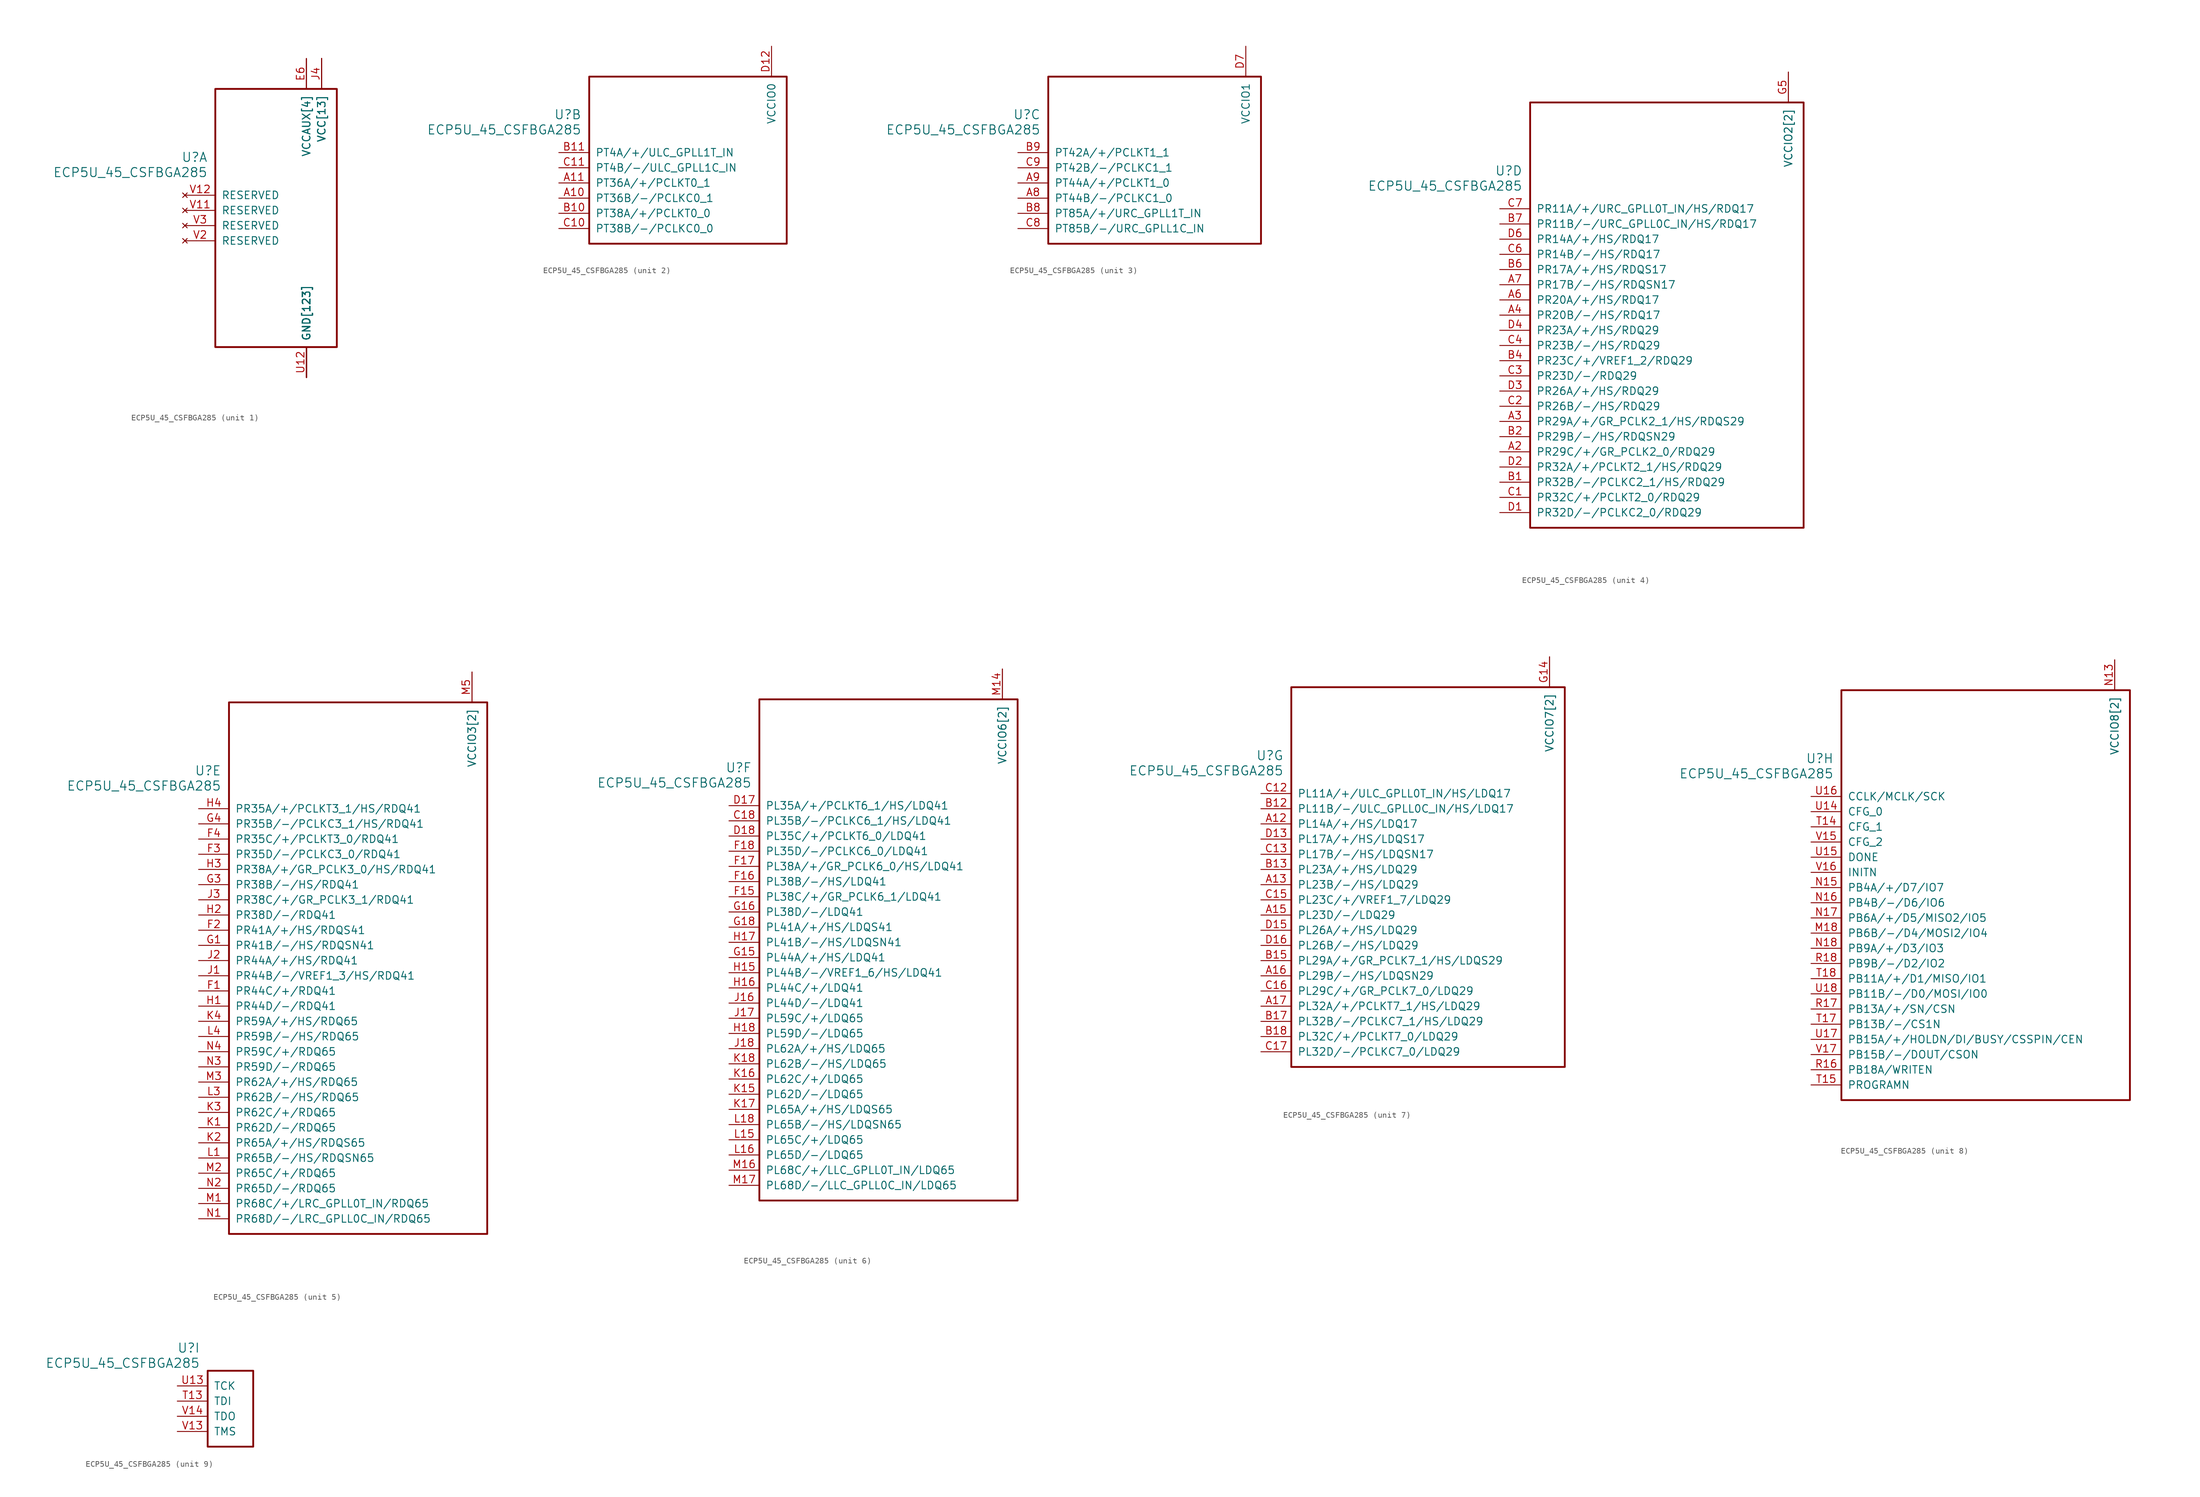
<source format=kicad_sym>
(kicad_symbol_lib
  (version 20231120)
  (generator "kicad_symbol_editor")
  (generator_version "8.0")
  (symbol "ECP5U_45_CSFBGA285"
    (pin_names
      (offset 1.016))
    (property "Reference" "U"
      (at 3.81 6.35 0)
      (effects (font (size 1.524 1.524)) (justify right)))
    (property "Value" "ECP5U_45_CSFBGA285"
      (at 3.81 3.81 0)
      (effects (font (size 1.524 1.524)) (justify right)))
    (property "ki_locked" ""
      (at 0 0 0)
      (effects (font (size 1.27 1.27))))
    (symbol "ECP5U_45_CSFBGA285_1_1"
      (rectangle (start 5.08 17.78) (end 25.4 -25.4) (stroke (width 0.305) (type default)) (fill (type none)))
      (pin power_in line (at 20.32 -30.48 90) (length 5.08) (name "GND[123]" (effects (font (size 1.27 1.27)))) (number "B16" (effects (font (size 0 0)))))
      (pin power_in line (at 20.32 -30.48 90) (length 5.08) (name "GND[123]" (effects (font (size 1.27 1.27)))) (number "B3" (effects (font (size 0 0)))))
      (pin power_in line (at 22.86 22.86 270) (length 5.08) (name "VCC[13]" (effects (font (size 1.27 1.27)))) (number "D10" (effects (font (size 0 0)))))
      (pin power_in line (at 22.86 22.86 270) (length 5.08) (name "VCC[13]" (effects (font (size 1.27 1.27)))) (number "D11" (effects (font (size 0 0)))))
      (pin power_in line (at 22.86 22.86 270) (length 5.08) (name "VCC[13]" (effects (font (size 1.27 1.27)))) (number "D8" (effects (font (size 0 0)))))
      (pin power_in line (at 22.86 22.86 270) (length 5.08) (name "VCC[13]" (effects (font (size 1.27 1.27)))) (number "D9" (effects (font (size 0 0)))))
      (pin power_in line (at 20.32 -30.48 90) (length 5.08) (name "GND[123]" (effects (font (size 1.27 1.27)))) (number "E10" (effects (font (size 0 0)))))
      (pin power_in line (at 20.32 -30.48 90) (length 5.08) (name "GND[123]" (effects (font (size 1.27 1.27)))) (number "E11" (effects (font (size 0 0)))))
      (pin power_in line (at 20.32 -30.48 90) (length 5.08) (name "GND[123]" (effects (font (size 1.27 1.27)))) (number "E12" (effects (font (size 0 0)))))
      (pin power_in line (at 20.32 22.86 270) (length 5.08) (name "VCCAUX[4]" (effects (font (size 1.27 1.27)))) (number "E13" (effects (font (size 0 0)))))
      (pin power_in line (at 20.32 -30.48 90) (length 5.08) (name "GND[123]" (effects (font (size 1.27 1.27)))) (number "E14" (effects (font (size 0 0)))))
      (pin power_in line (at 20.32 -30.48 90) (length 5.08) (name "GND[123]" (effects (font (size 1.27 1.27)))) (number "E5" (effects (font (size 0 0)))))
      (pin power_in line (at 20.32 22.86 270) (length 5.08) (name "VCCAUX[4]" (effects (font (size 1.27 1.27)))) (number "E6" (effects (font (size 1.27 1.27)))))
      (pin power_in line (at 20.32 -30.48 90) (length 5.08) (name "GND[123]" (effects (font (size 1.27 1.27)))) (number "E7" (effects (font (size 0 0)))))
      (pin power_in line (at 20.32 -30.48 90) (length 5.08) (name "GND[123]" (effects (font (size 1.27 1.27)))) (number "E8" (effects (font (size 0 0)))))
      (pin power_in line (at 20.32 -30.48 90) (length 5.08) (name "GND[123]" (effects (font (size 1.27 1.27)))) (number "E9" (effects (font (size 0 0)))))
      (pin power_in line (at 20.32 -30.48 90) (length 5.08) (name "GND[123]" (effects (font (size 1.27 1.27)))) (number "F10" (effects (font (size 0 0)))))
      (pin power_in line (at 20.32 -30.48 90) (length 5.08) (name "GND[123]" (effects (font (size 1.27 1.27)))) (number "F11" (effects (font (size 0 0)))))
      (pin power_in line (at 20.32 -30.48 90) (length 5.08) (name "GND[123]" (effects (font (size 1.27 1.27)))) (number "F12" (effects (font (size 0 0)))))
      (pin power_in line (at 20.32 -30.48 90) (length 5.08) (name "GND[123]" (effects (font (size 1.27 1.27)))) (number "F13" (effects (font (size 0 0)))))
      (pin power_in line (at 20.32 -30.48 90) (length 5.08) (name "GND[123]" (effects (font (size 1.27 1.27)))) (number "F14" (effects (font (size 0 0)))))
      (pin power_in line (at 20.32 -30.48 90) (length 5.08) (name "GND[123]" (effects (font (size 1.27 1.27)))) (number "F5" (effects (font (size 0 0)))))
      (pin power_in line (at 20.32 -30.48 90) (length 5.08) (name "GND[123]" (effects (font (size 1.27 1.27)))) (number "F6" (effects (font (size 0 0)))))
      (pin power_in line (at 20.32 -30.48 90) (length 5.08) (name "GND[123]" (effects (font (size 1.27 1.27)))) (number "F7" (effects (font (size 0 0)))))
      (pin power_in line (at 20.32 -30.48 90) (length 5.08) (name "GND[123]" (effects (font (size 1.27 1.27)))) (number "F8" (effects (font (size 0 0)))))
      (pin power_in line (at 20.32 -30.48 90) (length 5.08) (name "GND[123]" (effects (font (size 1.27 1.27)))) (number "F9" (effects (font (size 0 0)))))
      (pin power_in line (at 20.32 -30.48 90) (length 5.08) (name "GND[123]" (effects (font (size 1.27 1.27)))) (number "G10" (effects (font (size 0 0)))))
      (pin power_in line (at 20.32 -30.48 90) (length 5.08) (name "GND[123]" (effects (font (size 1.27 1.27)))) (number "G11" (effects (font (size 0 0)))))
      (pin power_in line (at 20.32 -30.48 90) (length 5.08) (name "GND[123]" (effects (font (size 1.27 1.27)))) (number "G12" (effects (font (size 0 0)))))
      (pin power_in line (at 20.32 -30.48 90) (length 5.08) (name "GND[123]" (effects (font (size 1.27 1.27)))) (number "G13" (effects (font (size 0 0)))))
      (pin power_in line (at 20.32 -30.48 90) (length 5.08) (name "GND[123]" (effects (font (size 1.27 1.27)))) (number "G17" (effects (font (size 0 0)))))
      (pin power_in line (at 20.32 -30.48 90) (length 5.08) (name "GND[123]" (effects (font (size 1.27 1.27)))) (number "G2" (effects (font (size 0 0)))))
      (pin power_in line (at 20.32 -30.48 90) (length 5.08) (name "GND[123]" (effects (font (size 1.27 1.27)))) (number "G6" (effects (font (size 0 0)))))
      (pin power_in line (at 20.32 -30.48 90) (length 5.08) (name "GND[123]" (effects (font (size 1.27 1.27)))) (number "G7" (effects (font (size 0 0)))))
      (pin power_in line (at 20.32 -30.48 90) (length 5.08) (name "GND[123]" (effects (font (size 1.27 1.27)))) (number "G8" (effects (font (size 0 0)))))
      (pin power_in line (at 20.32 -30.48 90) (length 5.08) (name "GND[123]" (effects (font (size 1.27 1.27)))) (number "G9" (effects (font (size 0 0)))))
      (pin power_in line (at 20.32 -30.48 90) (length 5.08) (name "GND[123]" (effects (font (size 1.27 1.27)))) (number "H10" (effects (font (size 0 0)))))
      (pin power_in line (at 20.32 -30.48 90) (length 5.08) (name "GND[123]" (effects (font (size 1.27 1.27)))) (number "H11" (effects (font (size 0 0)))))
      (pin power_in line (at 20.32 -30.48 90) (length 5.08) (name "GND[123]" (effects (font (size 1.27 1.27)))) (number "H12" (effects (font (size 0 0)))))
      (pin power_in line (at 20.32 -30.48 90) (length 5.08) (name "GND[123]" (effects (font (size 1.27 1.27)))) (number "H13" (effects (font (size 0 0)))))
      (pin power_in line (at 20.32 -30.48 90) (length 5.08) (name "GND[123]" (effects (font (size 1.27 1.27)))) (number "H6" (effects (font (size 0 0)))))
      (pin power_in line (at 20.32 -30.48 90) (length 5.08) (name "GND[123]" (effects (font (size 1.27 1.27)))) (number "H7" (effects (font (size 0 0)))))
      (pin power_in line (at 20.32 -30.48 90) (length 5.08) (name "GND[123]" (effects (font (size 1.27 1.27)))) (number "H8" (effects (font (size 0 0)))))
      (pin power_in line (at 20.32 -30.48 90) (length 5.08) (name "GND[123]" (effects (font (size 1.27 1.27)))) (number "H9" (effects (font (size 0 0)))))
      (pin power_in line (at 20.32 -30.48 90) (length 5.08) (name "GND[123]" (effects (font (size 1.27 1.27)))) (number "J10" (effects (font (size 0 0)))))
      (pin power_in line (at 20.32 -30.48 90) (length 5.08) (name "GND[123]" (effects (font (size 1.27 1.27)))) (number "J11" (effects (font (size 0 0)))))
      (pin power_in line (at 20.32 -30.48 90) (length 5.08) (name "GND[123]" (effects (font (size 1.27 1.27)))) (number "J12" (effects (font (size 0 0)))))
      (pin power_in line (at 20.32 -30.48 90) (length 5.08) (name "GND[123]" (effects (font (size 1.27 1.27)))) (number "J13" (effects (font (size 0 0)))))
      (pin power_in line (at 22.86 22.86 270) (length 5.08) (name "VCC[13]" (effects (font (size 1.27 1.27)))) (number "J14" (effects (font (size 0 0)))))
      (pin power_in line (at 22.86 22.86 270) (length 5.08) (name "VCC[13]" (effects (font (size 1.27 1.27)))) (number "J15" (effects (font (size 0 0)))))
      (pin power_in line (at 22.86 22.86 270) (length 5.08) (name "VCC[13]" (effects (font (size 1.27 1.27)))) (number "J4" (effects (font (size 1.27 1.27)))))
      (pin power_in line (at 22.86 22.86 270) (length 5.08) (name "VCC[13]" (effects (font (size 1.27 1.27)))) (number "J5" (effects (font (size 0 0)))))
      (pin power_in line (at 20.32 -30.48 90) (length 5.08) (name "GND[123]" (effects (font (size 1.27 1.27)))) (number "J6" (effects (font (size 0 0)))))
      (pin power_in line (at 20.32 -30.48 90) (length 5.08) (name "GND[123]" (effects (font (size 1.27 1.27)))) (number "J7" (effects (font (size 0 0)))))
      (pin power_in line (at 20.32 -30.48 90) (length 5.08) (name "GND[123]" (effects (font (size 1.27 1.27)))) (number "J8" (effects (font (size 0 0)))))
      (pin power_in line (at 20.32 -30.48 90) (length 5.08) (name "GND[123]" (effects (font (size 1.27 1.27)))) (number "J9" (effects (font (size 0 0)))))
      (pin power_in line (at 20.32 -30.48 90) (length 5.08) (name "GND[123]" (effects (font (size 1.27 1.27)))) (number "K10" (effects (font (size 0 0)))))
      (pin power_in line (at 20.32 -30.48 90) (length 5.08) (name "GND[123]" (effects (font (size 1.27 1.27)))) (number "K11" (effects (font (size 0 0)))))
      (pin power_in line (at 20.32 -30.48 90) (length 5.08) (name "GND[123]" (effects (font (size 1.27 1.27)))) (number "K12" (effects (font (size 0 0)))))
      (pin power_in line (at 20.32 -30.48 90) (length 5.08) (name "GND[123]" (effects (font (size 1.27 1.27)))) (number "K13" (effects (font (size 0 0)))))
      (pin power_in line (at 20.32 -30.48 90) (length 5.08) (name "GND[123]" (effects (font (size 1.27 1.27)))) (number "K14" (effects (font (size 0 0)))))
      (pin power_in line (at 20.32 -30.48 90) (length 5.08) (name "GND[123]" (effects (font (size 1.27 1.27)))) (number "K5" (effects (font (size 0 0)))))
      (pin power_in line (at 20.32 -30.48 90) (length 5.08) (name "GND[123]" (effects (font (size 1.27 1.27)))) (number "K6" (effects (font (size 0 0)))))
      (pin power_in line (at 20.32 -30.48 90) (length 5.08) (name "GND[123]" (effects (font (size 1.27 1.27)))) (number "K7" (effects (font (size 0 0)))))
      (pin power_in line (at 20.32 -30.48 90) (length 5.08) (name "GND[123]" (effects (font (size 1.27 1.27)))) (number "K8" (effects (font (size 0 0)))))
      (pin power_in line (at 20.32 -30.48 90) (length 5.08) (name "GND[123]" (effects (font (size 1.27 1.27)))) (number "K9" (effects (font (size 0 0)))))
      (pin power_in line (at 20.32 -30.48 90) (length 5.08) (name "GND[123]" (effects (font (size 1.27 1.27)))) (number "L10" (effects (font (size 0 0)))))
      (pin power_in line (at 20.32 -30.48 90) (length 5.08) (name "GND[123]" (effects (font (size 1.27 1.27)))) (number "L11" (effects (font (size 0 0)))))
      (pin power_in line (at 20.32 -30.48 90) (length 5.08) (name "GND[123]" (effects (font (size 1.27 1.27)))) (number "L12" (effects (font (size 0 0)))))
      (pin power_in line (at 20.32 -30.48 90) (length 5.08) (name "GND[123]" (effects (font (size 1.27 1.27)))) (number "L13" (effects (font (size 0 0)))))
      (pin power_in line (at 20.32 -30.48 90) (length 5.08) (name "GND[123]" (effects (font (size 1.27 1.27)))) (number "L14" (effects (font (size 0 0)))))
      (pin power_in line (at 20.32 -30.48 90) (length 5.08) (name "GND[123]" (effects (font (size 1.27 1.27)))) (number "L17" (effects (font (size 0 0)))))
      (pin power_in line (at 20.32 -30.48 90) (length 5.08) (name "GND[123]" (effects (font (size 1.27 1.27)))) (number "L2" (effects (font (size 0 0)))))
      (pin power_in line (at 20.32 -30.48 90) (length 5.08) (name "GND[123]" (effects (font (size 1.27 1.27)))) (number "L5" (effects (font (size 0 0)))))
      (pin power_in line (at 20.32 -30.48 90) (length 5.08) (name "GND[123]" (effects (font (size 1.27 1.27)))) (number "L6" (effects (font (size 0 0)))))
      (pin power_in line (at 20.32 -30.48 90) (length 5.08) (name "GND[123]" (effects (font (size 1.27 1.27)))) (number "L7" (effects (font (size 0 0)))))
      (pin power_in line (at 20.32 -30.48 90) (length 5.08) (name "GND[123]" (effects (font (size 1.27 1.27)))) (number "L8" (effects (font (size 0 0)))))
      (pin power_in line (at 20.32 -30.48 90) (length 5.08) (name "GND[123]" (effects (font (size 1.27 1.27)))) (number "L9" (effects (font (size 0 0)))))
      (pin power_in line (at 20.32 -30.48 90) (length 5.08) (name "GND[123]" (effects (font (size 1.27 1.27)))) (number "M10" (effects (font (size 0 0)))))
      (pin power_in line (at 20.32 -30.48 90) (length 5.08) (name "GND[123]" (effects (font (size 1.27 1.27)))) (number "M11" (effects (font (size 0 0)))))
      (pin power_in line (at 20.32 -30.48 90) (length 5.08) (name "GND[123]" (effects (font (size 1.27 1.27)))) (number "M12" (effects (font (size 0 0)))))
      (pin power_in line (at 20.32 -30.48 90) (length 5.08) (name "GND[123]" (effects (font (size 1.27 1.27)))) (number "M13" (effects (font (size 0 0)))))
      (pin power_in line (at 22.86 22.86 270) (length 5.08) (name "VCC[13]" (effects (font (size 1.27 1.27)))) (number "M15" (effects (font (size 0 0)))))
      (pin power_in line (at 22.86 22.86 270) (length 5.08) (name "VCC[13]" (effects (font (size 1.27 1.27)))) (number "M4" (effects (font (size 0 0)))))
      (pin power_in line (at 20.32 -30.48 90) (length 5.08) (name "GND[123]" (effects (font (size 1.27 1.27)))) (number "M6" (effects (font (size 0 0)))))
      (pin power_in line (at 20.32 -30.48 90) (length 5.08) (name "GND[123]" (effects (font (size 1.27 1.27)))) (number "M7" (effects (font (size 0 0)))))
      (pin power_in line (at 20.32 -30.48 90) (length 5.08) (name "GND[123]" (effects (font (size 1.27 1.27)))) (number "M8" (effects (font (size 0 0)))))
      (pin power_in line (at 20.32 -30.48 90) (length 5.08) (name "GND[123]" (effects (font (size 1.27 1.27)))) (number "M9" (effects (font (size 0 0)))))
      (pin power_in line (at 20.32 -30.48 90) (length 5.08) (name "GND[123]" (effects (font (size 1.27 1.27)))) (number "N10" (effects (font (size 0 0)))))
      (pin power_in line (at 20.32 -30.48 90) (length 5.08) (name "GND[123]" (effects (font (size 1.27 1.27)))) (number "N11" (effects (font (size 0 0)))))
      (pin power_in line (at 20.32 -30.48 90) (length 5.08) (name "GND[123]" (effects (font (size 1.27 1.27)))) (number "N12" (effects (font (size 0 0)))))
      (pin power_in line (at 20.32 22.86 270) (length 5.08) (name "VCCAUX[4]" (effects (font (size 1.27 1.27)))) (number "N6" (effects (font (size 0 0)))))
      (pin power_in line (at 20.32 -30.48 90) (length 5.08) (name "GND[123]" (effects (font (size 1.27 1.27)))) (number "N7" (effects (font (size 0 0)))))
      (pin power_in line (at 20.32 -30.48 90) (length 5.08) (name "GND[123]" (effects (font (size 1.27 1.27)))) (number "N8" (effects (font (size 0 0)))))
      (pin power_in line (at 20.32 -30.48 90) (length 5.08) (name "GND[123]" (effects (font (size 1.27 1.27)))) (number "N9" (effects (font (size 0 0)))))
      (pin power_in line (at 20.32 -30.48 90) (length 5.08) (name "GND[123]" (effects (font (size 1.27 1.27)))) (number "P10" (effects (font (size 0 0)))))
      (pin power_in line (at 22.86 22.86 270) (length 5.08) (name "VCC[13]" (effects (font (size 1.27 1.27)))) (number "P11" (effects (font (size 0 0)))))
      (pin power_in line (at 20.32 -30.48 90) (length 5.08) (name "GND[123]" (effects (font (size 1.27 1.27)))) (number "P12" (effects (font (size 0 0)))))
      (pin power_in line (at 20.32 22.86 270) (length 5.08) (name "VCCAUX[4]" (effects (font (size 1.27 1.27)))) (number "P13" (effects (font (size 0 0)))))
      (pin power_in line (at 20.32 -30.48 90) (length 5.08) (name "GND[123]" (effects (font (size 1.27 1.27)))) (number "P5" (effects (font (size 0 0)))))
      (pin power_in line (at 20.32 -30.48 90) (length 5.08) (name "GND[123]" (effects (font (size 1.27 1.27)))) (number "P6" (effects (font (size 0 0)))))
      (pin power_in line (at 22.86 22.86 270) (length 5.08) (name "VCC[13]" (effects (font (size 1.27 1.27)))) (number "P7" (effects (font (size 0 0)))))
      (pin power_in line (at 20.32 -30.48 90) (length 5.08) (name "GND[123]" (effects (font (size 1.27 1.27)))) (number "P8" (effects (font (size 0 0)))))
      (pin power_in line (at 22.86 22.86 270) (length 5.08) (name "VCC[13]" (effects (font (size 1.27 1.27)))) (number "P9" (effects (font (size 0 0)))))
      (pin power_in line (at 20.32 -30.48 90) (length 5.08) (name "GND[123]" (effects (font (size 1.27 1.27)))) (number "R1" (effects (font (size 0 0)))))
      (pin power_in line (at 20.32 -30.48 90) (length 5.08) (name "GND[123]" (effects (font (size 1.27 1.27)))) (number "R10" (effects (font (size 0 0)))))
      (pin power_in line (at 20.32 -30.48 90) (length 5.08) (name "GND[123]" (effects (font (size 1.27 1.27)))) (number "R2" (effects (font (size 0 0)))))
      (pin power_in line (at 20.32 -30.48 90) (length 5.08) (name "GND[123]" (effects (font (size 1.27 1.27)))) (number "R3" (effects (font (size 0 0)))))
      (pin power_in line (at 20.32 -30.48 90) (length 5.08) (name "GND[123]" (effects (font (size 1.27 1.27)))) (number "T1" (effects (font (size 0 0)))))
      (pin power_in line (at 20.32 -30.48 90) (length 5.08) (name "GND[123]" (effects (font (size 1.27 1.27)))) (number "T10" (effects (font (size 0 0)))))
      (pin power_in line (at 20.32 -30.48 90) (length 5.08) (name "GND[123]" (effects (font (size 1.27 1.27)))) (number "T11" (effects (font (size 0 0)))))
      (pin power_in line (at 20.32 -30.48 90) (length 5.08) (name "GND[123]" (effects (font (size 1.27 1.27)))) (number "T12" (effects (font (size 0 0)))))
      (pin power_in line (at 20.32 -30.48 90) (length 5.08) (name "GND[123]" (effects (font (size 1.27 1.27)))) (number "T16" (effects (font (size 0 0)))))
      (pin power_in line (at 20.32 -30.48 90) (length 5.08) (name "GND[123]" (effects (font (size 1.27 1.27)))) (number "T2" (effects (font (size 0 0)))))
      (pin power_in line (at 20.32 -30.48 90) (length 5.08) (name "GND[123]" (effects (font (size 1.27 1.27)))) (number "T3" (effects (font (size 0 0)))))
      (pin power_in line (at 20.32 -30.48 90) (length 5.08) (name "GND[123]" (effects (font (size 1.27 1.27)))) (number "T4" (effects (font (size 0 0)))))
      (pin power_in line (at 20.32 -30.48 90) (length 5.08) (name "GND[123]" (effects (font (size 1.27 1.27)))) (number "T5" (effects (font (size 0 0)))))
      (pin power_in line (at 20.32 -30.48 90) (length 5.08) (name "GND[123]" (effects (font (size 1.27 1.27)))) (number "T6" (effects (font (size 0 0)))))
      (pin power_in line (at 20.32 -30.48 90) (length 5.08) (name "GND[123]" (effects (font (size 1.27 1.27)))) (number "T7" (effects (font (size 0 0)))))
      (pin power_in line (at 20.32 -30.48 90) (length 5.08) (name "GND[123]" (effects (font (size 1.27 1.27)))) (number "T8" (effects (font (size 0 0)))))
      (pin power_in line (at 20.32 -30.48 90) (length 5.08) (name "GND[123]" (effects (font (size 1.27 1.27)))) (number "T9" (effects (font (size 0 0)))))
      (pin power_in line (at 20.32 -30.48 90) (length 5.08) (name "GND[123]" (effects (font (size 1.27 1.27)))) (number "U1" (effects (font (size 0 0)))))
      (pin power_in line (at 20.32 -30.48 90) (length 5.08) (name "GND[123]" (effects (font (size 1.27 1.27)))) (number "U10" (effects (font (size 0 0)))))
      (pin power_in line (at 20.32 -30.48 90) (length 5.08) (name "GND[123]" (effects (font (size 1.27 1.27)))) (number "U11" (effects (font (size 0 0)))))
      (pin power_in line (at 20.32 -30.48 90) (length 5.08) (name "GND[123]" (effects (font (size 1.27 1.27)))) (number "U12" (effects (font (size 1.27 1.27)))))
      (pin power_in line (at 20.32 -30.48 90) (length 5.08) (name "GND[123]" (effects (font (size 1.27 1.27)))) (number "U2" (effects (font (size 0 0)))))
      (pin power_in line (at 20.32 -30.48 90) (length 5.08) (name "GND[123]" (effects (font (size 1.27 1.27)))) (number "U3" (effects (font (size 0 0)))))
      (pin power_in line (at 20.32 -30.48 90) (length 5.08) (name "GND[123]" (effects (font (size 1.27 1.27)))) (number "U4" (effects (font (size 0 0)))))
      (pin power_in line (at 20.32 -30.48 90) (length 5.08) (name "GND[123]" (effects (font (size 1.27 1.27)))) (number "U5" (effects (font (size 0 0)))))
      (pin power_in line (at 20.32 -30.48 90) (length 5.08) (name "GND[123]" (effects (font (size 1.27 1.27)))) (number "U6" (effects (font (size 0 0)))))
      (pin power_in line (at 20.32 -30.48 90) (length 5.08) (name "GND[123]" (effects (font (size 1.27 1.27)))) (number "U7" (effects (font (size 0 0)))))
      (pin power_in line (at 20.32 -30.48 90) (length 5.08) (name "GND[123]" (effects (font (size 1.27 1.27)))) (number "U8" (effects (font (size 0 0)))))
      (pin power_in line (at 20.32 -30.48 90) (length 5.08) (name "GND[123]" (effects (font (size 1.27 1.27)))) (number "U9" (effects (font (size 0 0)))))
      (pin power_in line (at 20.32 -30.48 90) (length 5.08) (name "GND[123]" (effects (font (size 1.27 1.27)))) (number "V10" (effects (font (size 0 0)))))
      (pin no_connect line (at 0 -2.54 0) (length 5.08) (name "RESERVED" (effects (font (size 1.27 1.27)))) (number "V11" (effects (font (size 1.27 1.27)))))
      (pin no_connect line (at 0 0 0) (length 5.08) (name "RESERVED" (effects (font (size 1.27 1.27)))) (number "V12" (effects (font (size 1.27 1.27)))))
      (pin no_connect line (at 0 -7.62 0) (length 5.08) (name "RESERVED" (effects (font (size 1.27 1.27)))) (number "V2" (effects (font (size 1.27 1.27)))))
      (pin no_connect line (at 0 -5.08 0) (length 5.08) (name "RESERVED" (effects (font (size 1.27 1.27)))) (number "V3" (effects (font (size 1.27 1.27)))))
      (pin power_in line (at 20.32 -30.48 90) (length 5.08) (name "GND[123]" (effects (font (size 1.27 1.27)))) (number "V4" (effects (font (size 0 0)))))
      (pin power_in line (at 20.32 -30.48 90) (length 5.08) (name "GND[123]" (effects (font (size 1.27 1.27)))) (number "V5" (effects (font (size 0 0)))))
      (pin power_in line (at 20.32 -30.48 90) (length 5.08) (name "GND[123]" (effects (font (size 1.27 1.27)))) (number "V6" (effects (font (size 0 0)))))
      (pin power_in line (at 20.32 -30.48 90) (length 5.08) (name "GND[123]" (effects (font (size 1.27 1.27)))) (number "V7" (effects (font (size 0 0)))))
      (pin power_in line (at 20.32 -30.48 90) (length 5.08) (name "GND[123]" (effects (font (size 1.27 1.27)))) (number "V8" (effects (font (size 0 0)))))
      (pin power_in line (at 20.32 -30.48 90) (length 5.08) (name "GND[123]" (effects (font (size 1.27 1.27)))) (number "V9" (effects (font (size 0 0))))))
    (symbol "ECP5U_45_CSFBGA285_2_1"
      (rectangle (start 5.08 12.7) (end 38.1 -15.24) (stroke (width 0.305) (type default)) (fill (type none)))
      (pin bidirectional line (at 0 -7.62 0) (length 5.08) (name "PT36B/-/PCLKC0_1" (effects (font (size 1.27 1.27)))) (number "A10" (effects (font (size 1.27 1.27)))))
      (pin bidirectional line (at 0 -5.08 0) (length 5.08) (name "PT36A/+/PCLKT0_1" (effects (font (size 1.27 1.27)))) (number "A11" (effects (font (size 1.27 1.27)))))
      (pin bidirectional line (at 0 -10.16 0) (length 5.08) (name "PT38A/+/PCLKT0_0" (effects (font (size 1.27 1.27)))) (number "B10" (effects (font (size 1.27 1.27)))))
      (pin bidirectional line (at 0 0 0) (length 5.08) (name "PT4A/+/ULC_GPLL1T_IN" (effects (font (size 1.27 1.27)))) (number "B11" (effects (font (size 1.27 1.27)))))
      (pin bidirectional line (at 0 -12.7 0) (length 5.08) (name "PT38B/-/PCLKC0_0" (effects (font (size 1.27 1.27)))) (number "C10" (effects (font (size 1.27 1.27)))))
      (pin bidirectional line (at 0 -2.54 0) (length 5.08) (name "PT4B/-/ULC_GPLL1C_IN" (effects (font (size 1.27 1.27)))) (number "C11" (effects (font (size 1.27 1.27)))))
      (pin power_in line (at 35.56 17.78 270) (length 5.08) (name "VCCIO0" (effects (font (size 1.27 1.27)))) (number "D12" (effects (font (size 1.27 1.27))))))
    (symbol "ECP5U_45_CSFBGA285_3_1"
      (rectangle (start 5.08 12.7) (end 40.64 -15.24) (stroke (width 0.305) (type default)) (fill (type none)))
      (pin bidirectional line (at 0 -7.62 0) (length 5.08) (name "PT44B/-/PCLKC1_0" (effects (font (size 1.27 1.27)))) (number "A8" (effects (font (size 1.27 1.27)))))
      (pin bidirectional line (at 0 -5.08 0) (length 5.08) (name "PT44A/+/PCLKT1_0" (effects (font (size 1.27 1.27)))) (number "A9" (effects (font (size 1.27 1.27)))))
      (pin bidirectional line (at 0 -10.16 0) (length 5.08) (name "PT85A/+/URC_GPLL1T_IN" (effects (font (size 1.27 1.27)))) (number "B8" (effects (font (size 1.27 1.27)))))
      (pin bidirectional line (at 0 0 0) (length 5.08) (name "PT42A/+/PCLKT1_1" (effects (font (size 1.27 1.27)))) (number "B9" (effects (font (size 1.27 1.27)))))
      (pin bidirectional line (at 0 -12.7 0) (length 5.08) (name "PT85B/-/URC_GPLL1C_IN" (effects (font (size 1.27 1.27)))) (number "C8" (effects (font (size 1.27 1.27)))))
      (pin bidirectional line (at 0 -2.54 0) (length 5.08) (name "PT42B/-/PCLKC1_1" (effects (font (size 1.27 1.27)))) (number "C9" (effects (font (size 1.27 1.27)))))
      (pin power_in line (at 38.1 17.78 270) (length 5.08) (name "VCCIO1" (effects (font (size 1.27 1.27)))) (number "D7" (effects (font (size 1.27 1.27))))))
    (symbol "ECP5U_45_CSFBGA285_4_1"
      (rectangle (start 5.08 17.78) (end 50.8 -53.34) (stroke (width 0.305) (type default)) (fill (type none)))
      (pin bidirectional line (at 0 -40.64 0) (length 5.08) (name "PR29C/+/GR_PCLK2_0/RDQ29" (effects (font (size 1.27 1.27)))) (number "A2" (effects (font (size 1.27 1.27)))))
      (pin bidirectional line (at 0 -35.56 0) (length 5.08) (name "PR29A/+/GR_PCLK2_1/HS/RDQS29" (effects (font (size 1.27 1.27)))) (number "A3" (effects (font (size 1.27 1.27)))))
      (pin bidirectional line (at 0 -17.78 0) (length 5.08) (name "PR20B/-/HS/RDQ17" (effects (font (size 1.27 1.27)))) (number "A4" (effects (font (size 1.27 1.27)))))
      (pin bidirectional line (at 0 -15.24 0) (length 5.08) (name "PR20A/+/HS/RDQ17" (effects (font (size 1.27 1.27)))) (number "A6" (effects (font (size 1.27 1.27)))))
      (pin bidirectional line (at 0 -12.7 0) (length 5.08) (name "PR17B/-/HS/RDQSN17" (effects (font (size 1.27 1.27)))) (number "A7" (effects (font (size 1.27 1.27)))))
      (pin bidirectional line (at 0 -45.72 0) (length 5.08) (name "PR32B/-/PCLKC2_1/HS/RDQ29" (effects (font (size 1.27 1.27)))) (number "B1" (effects (font (size 1.27 1.27)))))
      (pin bidirectional line (at 0 -38.1 0) (length 5.08) (name "PR29B/-/HS/RDQSN29" (effects (font (size 1.27 1.27)))) (number "B2" (effects (font (size 1.27 1.27)))))
      (pin bidirectional line (at 0 -25.4 0) (length 5.08) (name "PR23C/+/VREF1_2/RDQ29" (effects (font (size 1.27 1.27)))) (number "B4" (effects (font (size 1.27 1.27)))))
      (pin bidirectional line (at 0 -10.16 0) (length 5.08) (name "PR17A/+/HS/RDQS17" (effects (font (size 1.27 1.27)))) (number "B6" (effects (font (size 1.27 1.27)))))
      (pin bidirectional line (at 0 -2.54 0) (length 5.08) (name "PR11B/-/URC_GPLL0C_IN/HS/RDQ17" (effects (font (size 1.27 1.27)))) (number "B7" (effects (font (size 1.27 1.27)))))
      (pin bidirectional line (at 0 -48.26 0) (length 5.08) (name "PR32C/+/PCLKT2_0/RDQ29" (effects (font (size 1.27 1.27)))) (number "C1" (effects (font (size 1.27 1.27)))))
      (pin bidirectional line (at 0 -33.02 0) (length 5.08) (name "PR26B/-/HS/RDQ29" (effects (font (size 1.27 1.27)))) (number "C2" (effects (font (size 1.27 1.27)))))
      (pin bidirectional line (at 0 -27.94 0) (length 5.08) (name "PR23D/-/RDQ29" (effects (font (size 1.27 1.27)))) (number "C3" (effects (font (size 1.27 1.27)))))
      (pin bidirectional line (at 0 -22.86 0) (length 5.08) (name "PR23B/-/HS/RDQ29" (effects (font (size 1.27 1.27)))) (number "C4" (effects (font (size 1.27 1.27)))))
      (pin bidirectional line (at 0 -7.62 0) (length 5.08) (name "PR14B/-/HS/RDQ17" (effects (font (size 1.27 1.27)))) (number "C6" (effects (font (size 1.27 1.27)))))
      (pin bidirectional line (at 0 0 0) (length 5.08) (name "PR11A/+/URC_GPLL0T_IN/HS/RDQ17" (effects (font (size 1.27 1.27)))) (number "C7" (effects (font (size 1.27 1.27)))))
      (pin bidirectional line (at 0 -50.8 0) (length 5.08) (name "PR32D/-/PCLKC2_0/RDQ29" (effects (font (size 1.27 1.27)))) (number "D1" (effects (font (size 1.27 1.27)))))
      (pin bidirectional line (at 0 -43.18 0) (length 5.08) (name "PR32A/+/PCLKT2_1/HS/RDQ29" (effects (font (size 1.27 1.27)))) (number "D2" (effects (font (size 1.27 1.27)))))
      (pin bidirectional line (at 0 -30.48 0) (length 5.08) (name "PR26A/+/HS/RDQ29" (effects (font (size 1.27 1.27)))) (number "D3" (effects (font (size 1.27 1.27)))))
      (pin bidirectional line (at 0 -20.32 0) (length 5.08) (name "PR23A/+/HS/RDQ29" (effects (font (size 1.27 1.27)))) (number "D4" (effects (font (size 1.27 1.27)))))
      (pin bidirectional line (at 0 -5.08 0) (length 5.08) (name "PR14A/+/HS/RDQ17" (effects (font (size 1.27 1.27)))) (number "D6" (effects (font (size 1.27 1.27)))))
      (pin power_in line (at 48.26 22.86 270) (length 5.08) (name "VCCIO2[2]" (effects (font (size 1.27 1.27)))) (number "G5" (effects (font (size 1.27 1.27)))))
      (pin power_in line (at 48.26 22.86 270) (length 5.08) (name "VCCIO2[2]" (effects (font (size 1.27 1.27)))) (number "H5" (effects (font (size 0 0))))))
    (symbol "ECP5U_45_CSFBGA285_5_1"
      (rectangle (start 5.08 17.78) (end 48.26 -71.12) (stroke (width 0.305) (type default)) (fill (type none)))
      (pin bidirectional line (at 0 -30.48 0) (length 5.08) (name "PR44C/+/RDQ41" (effects (font (size 1.27 1.27)))) (number "F1" (effects (font (size 1.27 1.27)))))
      (pin bidirectional line (at 0 -20.32 0) (length 5.08) (name "PR41A/+/HS/RDQS41" (effects (font (size 1.27 1.27)))) (number "F2" (effects (font (size 1.27 1.27)))))
      (pin bidirectional line (at 0 -7.62 0) (length 5.08) (name "PR35D/-/PCLKC3_0/RDQ41" (effects (font (size 1.27 1.27)))) (number "F3" (effects (font (size 1.27 1.27)))))
      (pin bidirectional line (at 0 -5.08 0) (length 5.08) (name "PR35C/+/PCLKT3_0/RDQ41" (effects (font (size 1.27 1.27)))) (number "F4" (effects (font (size 1.27 1.27)))))
      (pin bidirectional line (at 0 -22.86 0) (length 5.08) (name "PR41B/-/HS/RDQSN41" (effects (font (size 1.27 1.27)))) (number "G1" (effects (font (size 1.27 1.27)))))
      (pin bidirectional line (at 0 -12.7 0) (length 5.08) (name "PR38B/-/HS/RDQ41" (effects (font (size 1.27 1.27)))) (number "G3" (effects (font (size 1.27 1.27)))))
      (pin bidirectional line (at 0 -2.54 0) (length 5.08) (name "PR35B/-/PCLKC3_1/HS/RDQ41" (effects (font (size 1.27 1.27)))) (number "G4" (effects (font (size 1.27 1.27)))))
      (pin bidirectional line (at 0 -33.02 0) (length 5.08) (name "PR44D/-/RDQ41" (effects (font (size 1.27 1.27)))) (number "H1" (effects (font (size 1.27 1.27)))))
      (pin bidirectional line (at 0 -17.78 0) (length 5.08) (name "PR38D/-/RDQ41" (effects (font (size 1.27 1.27)))) (number "H2" (effects (font (size 1.27 1.27)))))
      (pin bidirectional line (at 0 -10.16 0) (length 5.08) (name "PR38A/+/GR_PCLK3_0/HS/RDQ41" (effects (font (size 1.27 1.27)))) (number "H3" (effects (font (size 1.27 1.27)))))
      (pin bidirectional line (at 0 0 0) (length 5.08) (name "PR35A/+/PCLKT3_1/HS/RDQ41" (effects (font (size 1.27 1.27)))) (number "H4" (effects (font (size 1.27 1.27)))))
      (pin bidirectional line (at 0 -27.94 0) (length 5.08) (name "PR44B/-/VREF1_3/HS/RDQ41" (effects (font (size 1.27 1.27)))) (number "J1" (effects (font (size 1.27 1.27)))))
      (pin bidirectional line (at 0 -25.4 0) (length 5.08) (name "PR44A/+/HS/RDQ41" (effects (font (size 1.27 1.27)))) (number "J2" (effects (font (size 1.27 1.27)))))
      (pin bidirectional line (at 0 -15.24 0) (length 5.08) (name "PR38C/+/GR_PCLK3_1/RDQ41" (effects (font (size 1.27 1.27)))) (number "J3" (effects (font (size 1.27 1.27)))))
      (pin bidirectional line (at 0 -53.34 0) (length 5.08) (name "PR62D/-/RDQ65" (effects (font (size 1.27 1.27)))) (number "K1" (effects (font (size 1.27 1.27)))))
      (pin bidirectional line (at 0 -55.88 0) (length 5.08) (name "PR65A/+/HS/RDQS65" (effects (font (size 1.27 1.27)))) (number "K2" (effects (font (size 1.27 1.27)))))
      (pin bidirectional line (at 0 -50.8 0) (length 5.08) (name "PR62C/+/RDQ65" (effects (font (size 1.27 1.27)))) (number "K3" (effects (font (size 1.27 1.27)))))
      (pin bidirectional line (at 0 -35.56 0) (length 5.08) (name "PR59A/+/HS/RDQ65" (effects (font (size 1.27 1.27)))) (number "K4" (effects (font (size 1.27 1.27)))))
      (pin bidirectional line (at 0 -58.42 0) (length 5.08) (name "PR65B/-/HS/RDQSN65" (effects (font (size 1.27 1.27)))) (number "L1" (effects (font (size 1.27 1.27)))))
      (pin bidirectional line (at 0 -48.26 0) (length 5.08) (name "PR62B/-/HS/RDQ65" (effects (font (size 1.27 1.27)))) (number "L3" (effects (font (size 1.27 1.27)))))
      (pin bidirectional line (at 0 -38.1 0) (length 5.08) (name "PR59B/-/HS/RDQ65" (effects (font (size 1.27 1.27)))) (number "L4" (effects (font (size 1.27 1.27)))))
      (pin bidirectional line (at 0 -66.04 0) (length 5.08) (name "PR68C/+/LRC_GPLL0T_IN/RDQ65" (effects (font (size 1.27 1.27)))) (number "M1" (effects (font (size 1.27 1.27)))))
      (pin bidirectional line (at 0 -60.96 0) (length 5.08) (name "PR65C/+/RDQ65" (effects (font (size 1.27 1.27)))) (number "M2" (effects (font (size 1.27 1.27)))))
      (pin bidirectional line (at 0 -45.72 0) (length 5.08) (name "PR62A/+/HS/RDQ65" (effects (font (size 1.27 1.27)))) (number "M3" (effects (font (size 1.27 1.27)))))
      (pin power_in line (at 45.72 22.86 270) (length 5.08) (name "VCCIO3[2]" (effects (font (size 1.27 1.27)))) (number "M5" (effects (font (size 1.27 1.27)))))
      (pin bidirectional line (at 0 -68.58 0) (length 5.08) (name "PR68D/-/LRC_GPLL0C_IN/RDQ65" (effects (font (size 1.27 1.27)))) (number "N1" (effects (font (size 1.27 1.27)))))
      (pin bidirectional line (at 0 -63.5 0) (length 5.08) (name "PR65D/-/RDQ65" (effects (font (size 1.27 1.27)))) (number "N2" (effects (font (size 1.27 1.27)))))
      (pin bidirectional line (at 0 -43.18 0) (length 5.08) (name "PR59D/-/RDQ65" (effects (font (size 1.27 1.27)))) (number "N3" (effects (font (size 1.27 1.27)))))
      (pin bidirectional line (at 0 -40.64 0) (length 5.08) (name "PR59C/+/RDQ65" (effects (font (size 1.27 1.27)))) (number "N4" (effects (font (size 1.27 1.27)))))
      (pin power_in line (at 45.72 22.86 270) (length 5.08) (name "VCCIO3[2]" (effects (font (size 1.27 1.27)))) (number "N5" (effects (font (size 0 0))))))
    (symbol "ECP5U_45_CSFBGA285_6_1"
      (rectangle (start 5.08 17.78) (end 48.26 -66.04) (stroke (width 0.305) (type default)) (fill (type none)))
      (pin bidirectional line (at 0 -2.54 0) (length 5.08) (name "PL35B/-/PCLKC6_1/HS/LDQ41" (effects (font (size 1.27 1.27)))) (number "C18" (effects (font (size 1.27 1.27)))))
      (pin bidirectional line (at 0 0 0) (length 5.08) (name "PL35A/+/PCLKT6_1/HS/LDQ41" (effects (font (size 1.27 1.27)))) (number "D17" (effects (font (size 1.27 1.27)))))
      (pin bidirectional line (at 0 -5.08 0) (length 5.08) (name "PL35C/+/PCLKT6_0/LDQ41" (effects (font (size 1.27 1.27)))) (number "D18" (effects (font (size 1.27 1.27)))))
      (pin bidirectional line (at 0 -15.24 0) (length 5.08) (name "PL38C/+/GR_PCLK6_1/LDQ41" (effects (font (size 1.27 1.27)))) (number "F15" (effects (font (size 1.27 1.27)))))
      (pin bidirectional line (at 0 -12.7 0) (length 5.08) (name "PL38B/-/HS/LDQ41" (effects (font (size 1.27 1.27)))) (number "F16" (effects (font (size 1.27 1.27)))))
      (pin bidirectional line (at 0 -10.16 0) (length 5.08) (name "PL38A/+/GR_PCLK6_0/HS/LDQ41" (effects (font (size 1.27 1.27)))) (number "F17" (effects (font (size 1.27 1.27)))))
      (pin bidirectional line (at 0 -7.62 0) (length 5.08) (name "PL35D/-/PCLKC6_0/LDQ41" (effects (font (size 1.27 1.27)))) (number "F18" (effects (font (size 1.27 1.27)))))
      (pin bidirectional line (at 0 -25.4 0) (length 5.08) (name "PL44A/+/HS/LDQ41" (effects (font (size 1.27 1.27)))) (number "G15" (effects (font (size 1.27 1.27)))))
      (pin bidirectional line (at 0 -17.78 0) (length 5.08) (name "PL38D/-/LDQ41" (effects (font (size 1.27 1.27)))) (number "G16" (effects (font (size 1.27 1.27)))))
      (pin bidirectional line (at 0 -20.32 0) (length 5.08) (name "PL41A/+/HS/LDQS41" (effects (font (size 1.27 1.27)))) (number "G18" (effects (font (size 1.27 1.27)))))
      (pin bidirectional line (at 0 -27.94 0) (length 5.08) (name "PL44B/-/VREF1_6/HS/LDQ41" (effects (font (size 1.27 1.27)))) (number "H15" (effects (font (size 1.27 1.27)))))
      (pin bidirectional line (at 0 -30.48 0) (length 5.08) (name "PL44C/+/LDQ41" (effects (font (size 1.27 1.27)))) (number "H16" (effects (font (size 1.27 1.27)))))
      (pin bidirectional line (at 0 -22.86 0) (length 5.08) (name "PL41B/-/HS/LDQSN41" (effects (font (size 1.27 1.27)))) (number "H17" (effects (font (size 1.27 1.27)))))
      (pin bidirectional line (at 0 -38.1 0) (length 5.08) (name "PL59D/-/LDQ65" (effects (font (size 1.27 1.27)))) (number "H18" (effects (font (size 1.27 1.27)))))
      (pin bidirectional line (at 0 -33.02 0) (length 5.08) (name "PL44D/-/LDQ41" (effects (font (size 1.27 1.27)))) (number "J16" (effects (font (size 1.27 1.27)))))
      (pin bidirectional line (at 0 -35.56 0) (length 5.08) (name "PL59C/+/LDQ65" (effects (font (size 1.27 1.27)))) (number "J17" (effects (font (size 1.27 1.27)))))
      (pin bidirectional line (at 0 -40.64 0) (length 5.08) (name "PL62A/+/HS/LDQ65" (effects (font (size 1.27 1.27)))) (number "J18" (effects (font (size 1.27 1.27)))))
      (pin bidirectional line (at 0 -48.26 0) (length 5.08) (name "PL62D/-/LDQ65" (effects (font (size 1.27 1.27)))) (number "K15" (effects (font (size 1.27 1.27)))))
      (pin bidirectional line (at 0 -45.72 0) (length 5.08) (name "PL62C/+/LDQ65" (effects (font (size 1.27 1.27)))) (number "K16" (effects (font (size 1.27 1.27)))))
      (pin bidirectional line (at 0 -50.8 0) (length 5.08) (name "PL65A/+/HS/LDQS65" (effects (font (size 1.27 1.27)))) (number "K17" (effects (font (size 1.27 1.27)))))
      (pin bidirectional line (at 0 -43.18 0) (length 5.08) (name "PL62B/-/HS/LDQ65" (effects (font (size 1.27 1.27)))) (number "K18" (effects (font (size 1.27 1.27)))))
      (pin bidirectional line (at 0 -55.88 0) (length 5.08) (name "PL65C/+/LDQ65" (effects (font (size 1.27 1.27)))) (number "L15" (effects (font (size 1.27 1.27)))))
      (pin bidirectional line (at 0 -58.42 0) (length 5.08) (name "PL65D/-/LDQ65" (effects (font (size 1.27 1.27)))) (number "L16" (effects (font (size 1.27 1.27)))))
      (pin bidirectional line (at 0 -53.34 0) (length 5.08) (name "PL65B/-/HS/LDQSN65" (effects (font (size 1.27 1.27)))) (number "L18" (effects (font (size 1.27 1.27)))))
      (pin power_in line (at 45.72 22.86 270) (length 5.08) (name "VCCIO6[2]" (effects (font (size 1.27 1.27)))) (number "M14" (effects (font (size 1.27 1.27)))))
      (pin bidirectional line (at 0 -60.96 0) (length 5.08) (name "PL68C/+/LLC_GPLL0T_IN/LDQ65" (effects (font (size 1.27 1.27)))) (number "M16" (effects (font (size 1.27 1.27)))))
      (pin bidirectional line (at 0 -63.5 0) (length 5.08) (name "PL68D/-/LLC_GPLL0C_IN/LDQ65" (effects (font (size 1.27 1.27)))) (number "M17" (effects (font (size 1.27 1.27)))))
      (pin power_in line (at 45.72 22.86 270) (length 5.08) (name "VCCIO6[2]" (effects (font (size 1.27 1.27)))) (number "N14" (effects (font (size 0 0))))))
    (symbol "ECP5U_45_CSFBGA285_7_1"
      (rectangle (start 5.08 17.78) (end 50.8 -45.72) (stroke (width 0.305) (type default)) (fill (type none)))
      (pin bidirectional line (at 0 -5.08 0) (length 5.08) (name "PL14A/+/HS/LDQ17" (effects (font (size 1.27 1.27)))) (number "A12" (effects (font (size 1.27 1.27)))))
      (pin bidirectional line (at 0 -15.24 0) (length 5.08) (name "PL23B/-/HS/LDQ29" (effects (font (size 1.27 1.27)))) (number "A13" (effects (font (size 1.27 1.27)))))
      (pin bidirectional line (at 0 -20.32 0) (length 5.08) (name "PL23D/-/LDQ29" (effects (font (size 1.27 1.27)))) (number "A15" (effects (font (size 1.27 1.27)))))
      (pin bidirectional line (at 0 -30.48 0) (length 5.08) (name "PL29B/-/HS/LDQSN29" (effects (font (size 1.27 1.27)))) (number "A16" (effects (font (size 1.27 1.27)))))
      (pin bidirectional line (at 0 -35.56 0) (length 5.08) (name "PL32A/+/PCLKT7_1/HS/LDQ29" (effects (font (size 1.27 1.27)))) (number "A17" (effects (font (size 1.27 1.27)))))
      (pin bidirectional line (at 0 -2.54 0) (length 5.08) (name "PL11B/-/ULC_GPLL0C_IN/HS/LDQ17" (effects (font (size 1.27 1.27)))) (number "B12" (effects (font (size 1.27 1.27)))))
      (pin bidirectional line (at 0 -12.7 0) (length 5.08) (name "PL23A/+/HS/LDQ29" (effects (font (size 1.27 1.27)))) (number "B13" (effects (font (size 1.27 1.27)))))
      (pin bidirectional line (at 0 -27.94 0) (length 5.08) (name "PL29A/+/GR_PCLK7_1/HS/LDQS29" (effects (font (size 1.27 1.27)))) (number "B15" (effects (font (size 1.27 1.27)))))
      (pin bidirectional line (at 0 -38.1 0) (length 5.08) (name "PL32B/-/PCLKC7_1/HS/LDQ29" (effects (font (size 1.27 1.27)))) (number "B17" (effects (font (size 1.27 1.27)))))
      (pin bidirectional line (at 0 -40.64 0) (length 5.08) (name "PL32C/+/PCLKT7_0/LDQ29" (effects (font (size 1.27 1.27)))) (number "B18" (effects (font (size 1.27 1.27)))))
      (pin bidirectional line (at 0 0 0) (length 5.08) (name "PL11A/+/ULC_GPLL0T_IN/HS/LDQ17" (effects (font (size 1.27 1.27)))) (number "C12" (effects (font (size 1.27 1.27)))))
      (pin bidirectional line (at 0 -10.16 0) (length 5.08) (name "PL17B/-/HS/LDQSN17" (effects (font (size 1.27 1.27)))) (number "C13" (effects (font (size 1.27 1.27)))))
      (pin bidirectional line (at 0 -17.78 0) (length 5.08) (name "PL23C/+/VREF1_7/LDQ29" (effects (font (size 1.27 1.27)))) (number "C15" (effects (font (size 1.27 1.27)))))
      (pin bidirectional line (at 0 -33.02 0) (length 5.08) (name "PL29C/+/GR_PCLK7_0/LDQ29" (effects (font (size 1.27 1.27)))) (number "C16" (effects (font (size 1.27 1.27)))))
      (pin bidirectional line (at 0 -43.18 0) (length 5.08) (name "PL32D/-/PCLKC7_0/LDQ29" (effects (font (size 1.27 1.27)))) (number "C17" (effects (font (size 1.27 1.27)))))
      (pin bidirectional line (at 0 -7.62 0) (length 5.08) (name "PL17A/+/HS/LDQS17" (effects (font (size 1.27 1.27)))) (number "D13" (effects (font (size 1.27 1.27)))))
      (pin bidirectional line (at 0 -22.86 0) (length 5.08) (name "PL26A/+/HS/LDQ29" (effects (font (size 1.27 1.27)))) (number "D15" (effects (font (size 1.27 1.27)))))
      (pin bidirectional line (at 0 -25.4 0) (length 5.08) (name "PL26B/-/HS/LDQ29" (effects (font (size 1.27 1.27)))) (number "D16" (effects (font (size 1.27 1.27)))))
      (pin power_in line (at 48.26 22.86 270) (length 5.08) (name "VCCIO7[2]" (effects (font (size 1.27 1.27)))) (number "G14" (effects (font (size 1.27 1.27)))))
      (pin power_in line (at 48.26 22.86 270) (length 5.08) (name "VCCIO7[2]" (effects (font (size 1.27 1.27)))) (number "H14" (effects (font (size 0 0))))))
    (symbol "ECP5U_45_CSFBGA285_8_1"
      (rectangle (start 5.08 17.78) (end 53.34 -50.8) (stroke (width 0.305) (type default)) (fill (type none)))
      (pin bidirectional line (at 0 -22.86 0) (length 5.08) (name "PB6B/-/D4/MOSI2/IO4" (effects (font (size 1.27 1.27)))) (number "M18" (effects (font (size 1.27 1.27)))))
      (pin power_in line (at 50.8 22.86 270) (length 5.08) (name "VCCIO8[2]" (effects (font (size 1.27 1.27)))) (number "N13" (effects (font (size 1.27 1.27)))))
      (pin bidirectional line (at 0 -15.24 0) (length 5.08) (name "PB4A/+/D7/IO7" (effects (font (size 1.27 1.27)))) (number "N15" (effects (font (size 1.27 1.27)))))
      (pin bidirectional line (at 0 -17.78 0) (length 5.08) (name "PB4B/-/D6/IO6" (effects (font (size 1.27 1.27)))) (number "N16" (effects (font (size 1.27 1.27)))))
      (pin bidirectional line (at 0 -20.32 0) (length 5.08) (name "PB6A/+/D5/MISO2/IO5" (effects (font (size 1.27 1.27)))) (number "N17" (effects (font (size 1.27 1.27)))))
      (pin bidirectional line (at 0 -25.4 0) (length 5.08) (name "PB9A/+/D3/IO3" (effects (font (size 1.27 1.27)))) (number "N18" (effects (font (size 1.27 1.27)))))
      (pin power_in line (at 50.8 22.86 270) (length 5.08) (name "VCCIO8[2]" (effects (font (size 1.27 1.27)))) (number "P14" (effects (font (size 0 0)))))
      (pin bidirectional line (at 0 -45.72 0) (length 5.08) (name "PB18A/WRITEN" (effects (font (size 1.27 1.27)))) (number "R16" (effects (font (size 1.27 1.27)))))
      (pin bidirectional line (at 0 -35.56 0) (length 5.08) (name "PB13A/+/SN/CSN" (effects (font (size 1.27 1.27)))) (number "R17" (effects (font (size 1.27 1.27)))))
      (pin bidirectional line (at 0 -27.94 0) (length 5.08) (name "PB9B/-/D2/IO2" (effects (font (size 1.27 1.27)))) (number "R18" (effects (font (size 1.27 1.27)))))
      (pin bidirectional line (at 0 -5.08 0) (length 5.08) (name "CFG_1" (effects (font (size 1.27 1.27)))) (number "T14" (effects (font (size 1.27 1.27)))))
      (pin bidirectional line (at 0 -48.26 0) (length 5.08) (name "PROGRAMN" (effects (font (size 1.27 1.27)))) (number "T15" (effects (font (size 1.27 1.27)))))
      (pin bidirectional line (at 0 -38.1 0) (length 5.08) (name "PB13B/-/CS1N" (effects (font (size 1.27 1.27)))) (number "T17" (effects (font (size 1.27 1.27)))))
      (pin bidirectional line (at 0 -30.48 0) (length 5.08) (name "PB11A/+/D1/MISO/IO1" (effects (font (size 1.27 1.27)))) (number "T18" (effects (font (size 1.27 1.27)))))
      (pin bidirectional line (at 0 -2.54 0) (length 5.08) (name "CFG_0" (effects (font (size 1.27 1.27)))) (number "U14" (effects (font (size 1.27 1.27)))))
      (pin bidirectional line (at 0 -10.16 0) (length 5.08) (name "DONE" (effects (font (size 1.27 1.27)))) (number "U15" (effects (font (size 1.27 1.27)))))
      (pin bidirectional line (at 0 0 0) (length 5.08) (name "CCLK/MCLK/SCK" (effects (font (size 1.27 1.27)))) (number "U16" (effects (font (size 1.27 1.27)))))
      (pin bidirectional line (at 0 -40.64 0) (length 5.08) (name "PB15A/+/HOLDN/DI/BUSY/CSSPIN/CEN" (effects (font (size 1.27 1.27)))) (number "U17" (effects (font (size 1.27 1.27)))))
      (pin bidirectional line (at 0 -33.02 0) (length 5.08) (name "PB11B/-/D0/MOSI/IO0" (effects (font (size 1.27 1.27)))) (number "U18" (effects (font (size 1.27 1.27)))))
      (pin bidirectional line (at 0 -7.62 0) (length 5.08) (name "CFG_2" (effects (font (size 1.27 1.27)))) (number "V15" (effects (font (size 1.27 1.27)))))
      (pin bidirectional line (at 0 -12.7 0) (length 5.08) (name "INITN" (effects (font (size 1.27 1.27)))) (number "V16" (effects (font (size 1.27 1.27)))))
      (pin bidirectional line (at 0 -43.18 0) (length 5.08) (name "PB15B/-/DOUT/CSON" (effects (font (size 1.27 1.27)))) (number "V17" (effects (font (size 1.27 1.27))))))
    (symbol "ECP5U_45_CSFBGA285_9_1"
      (rectangle (start 5.08 2.54) (end 12.7 -10.16) (stroke (width 0.305) (type default)) (fill (type none)))
      (pin bidirectional line (at 0 -2.54 0) (length 5.08) (name "TDI" (effects (font (size 1.27 1.27)))) (number "T13" (effects (font (size 1.27 1.27)))))
      (pin bidirectional line (at 0 0 0) (length 5.08) (name "TCK" (effects (font (size 1.27 1.27)))) (number "U13" (effects (font (size 1.27 1.27)))))
      (pin bidirectional line (at 0 -7.62 0) (length 5.08) (name "TMS" (effects (font (size 1.27 1.27)))) (number "V13" (effects (font (size 1.27 1.27)))))
      (pin bidirectional line (at 0 -5.08 0) (length 5.08) (name "TDO" (effects (font (size 1.27 1.27)))) (number "V14" (effects (font (size 1.27 1.27))))))))
</source>
